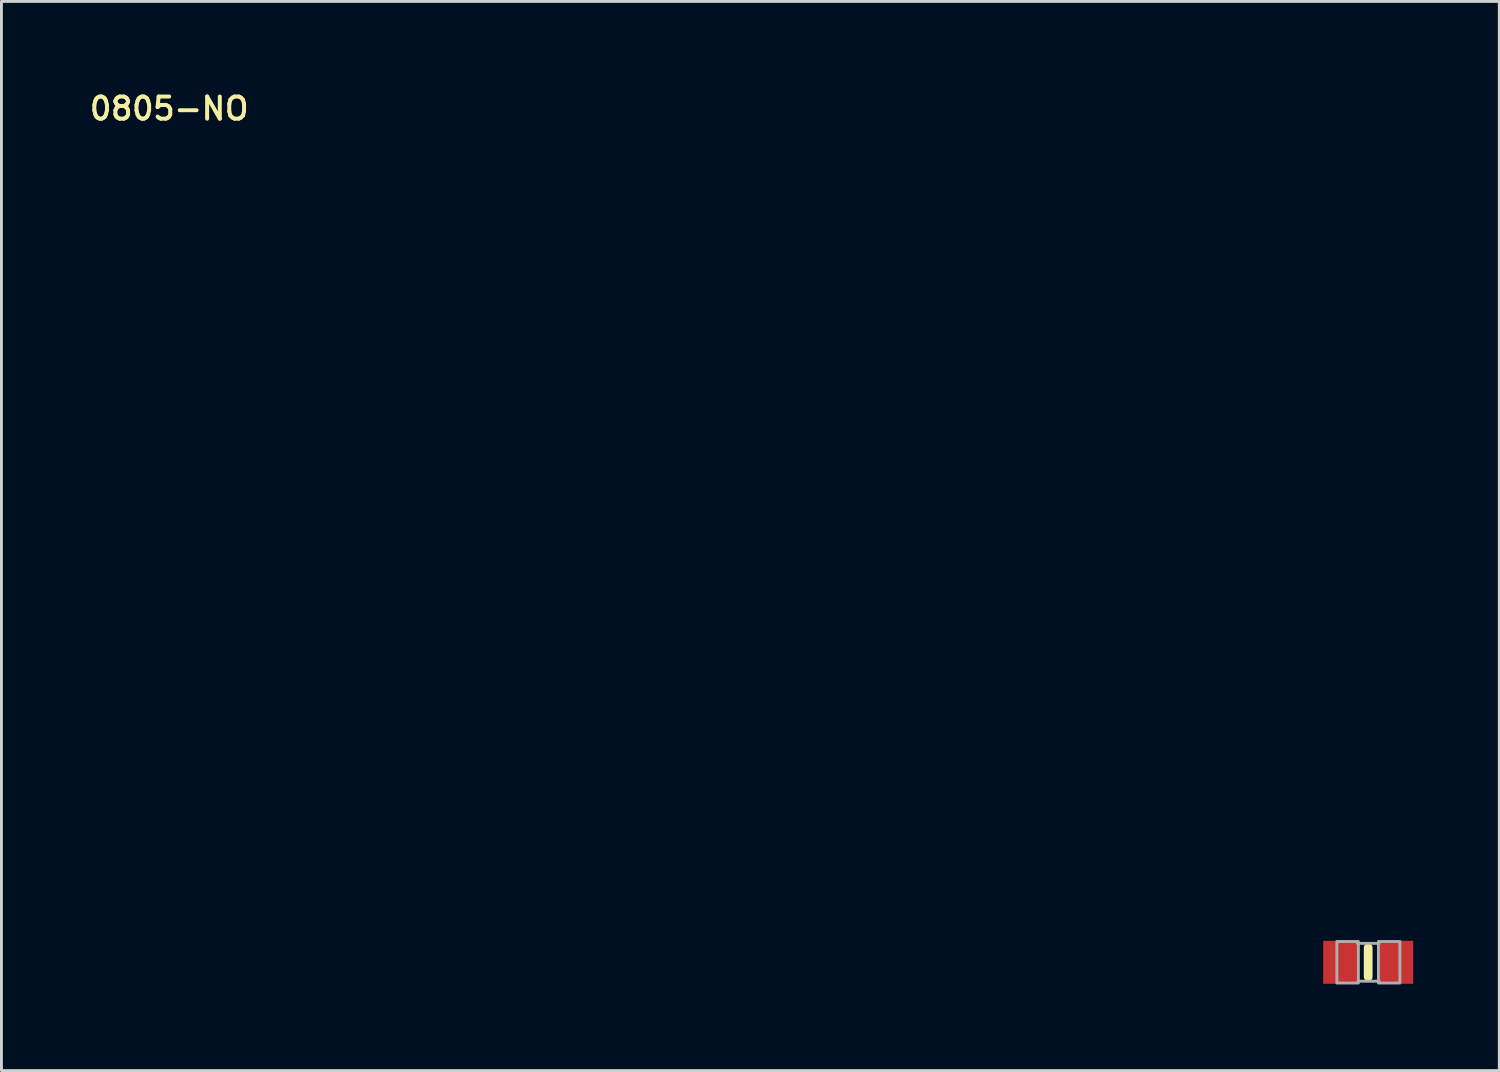
<source format=kicad_pcb>
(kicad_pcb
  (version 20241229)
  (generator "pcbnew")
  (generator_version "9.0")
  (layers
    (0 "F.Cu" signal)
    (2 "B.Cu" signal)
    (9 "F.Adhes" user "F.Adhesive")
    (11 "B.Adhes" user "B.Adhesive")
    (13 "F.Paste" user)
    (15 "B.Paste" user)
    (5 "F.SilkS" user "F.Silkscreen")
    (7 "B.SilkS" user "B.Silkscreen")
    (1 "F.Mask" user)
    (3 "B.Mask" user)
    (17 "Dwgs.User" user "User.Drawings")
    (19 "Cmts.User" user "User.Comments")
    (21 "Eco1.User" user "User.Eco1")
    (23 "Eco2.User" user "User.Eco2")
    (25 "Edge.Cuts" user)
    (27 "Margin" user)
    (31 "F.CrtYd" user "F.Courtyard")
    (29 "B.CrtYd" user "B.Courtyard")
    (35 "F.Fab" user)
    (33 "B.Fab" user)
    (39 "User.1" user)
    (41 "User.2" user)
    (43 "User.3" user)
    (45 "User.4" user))
  (footprint "0805-NO"
    (layer "F.Cu")
    (at 44.653 30.501)
    (property "Reference" "0805-NO" (at -44.653 -29.312 0) (layer "F.SilkS") (effects (font (size 0.772 0.772) (thickness 0.139)) (justify left bottom)))
    (attr through_hole)
    (fp_line (start 0 -0.508) (end 0 0.508) (stroke (width 0.305) (type solid)) (layer "F.SilkS"))
    (fp_line (start -0.381 -0.66) (end 0.381 -0.66) (stroke (width 0.102) (type solid)) (layer "F.Fab"))
    (fp_line (start -0.356 0.66) (end 0.381 0.66) (stroke (width 0.102) (type solid)) (layer "F.Fab"))
    (fp_poly (pts (xy -1.092 0.724) (xy -0.342 0.724) (xy -0.342 -0.726) (xy -1.092 -0.726)) (stroke (width 0.1) (type solid)) (fill no) (layer "F.Fab"))
    (fp_poly (pts (xy 0.356 0.724) (xy 1.106 0.724) (xy 1.106 -0.726) (xy 0.356 -0.726)) (stroke (width 0.1) (type solid)) (fill no) (layer "F.Fab"))
    (pad "1" smd rect (at -0.95 0) (size 1.24 1.5) (layers "F.Cu" "F.Mask" "F.Paste"))
    (pad "2" smd rect (at 0.95 0) (size 1.24 1.5) (layers "F.Cu" "F.Mask" "F.Paste")))
  (gr_rect
    (start -3 -3)
    (end 49.223 34.275)
    (stroke (width 0.1) (type default))
    (fill no)
    (layer "Edge.Cuts")))
</source>
